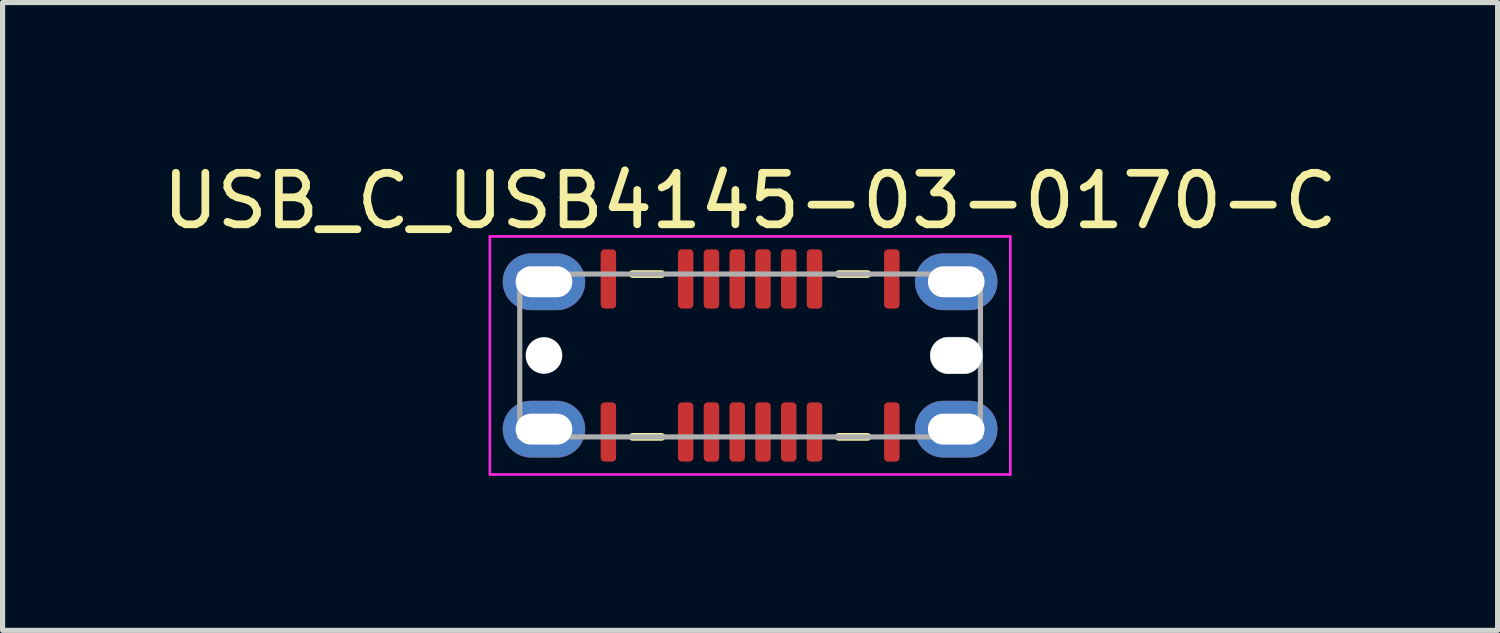
<source format=kicad_pcb>
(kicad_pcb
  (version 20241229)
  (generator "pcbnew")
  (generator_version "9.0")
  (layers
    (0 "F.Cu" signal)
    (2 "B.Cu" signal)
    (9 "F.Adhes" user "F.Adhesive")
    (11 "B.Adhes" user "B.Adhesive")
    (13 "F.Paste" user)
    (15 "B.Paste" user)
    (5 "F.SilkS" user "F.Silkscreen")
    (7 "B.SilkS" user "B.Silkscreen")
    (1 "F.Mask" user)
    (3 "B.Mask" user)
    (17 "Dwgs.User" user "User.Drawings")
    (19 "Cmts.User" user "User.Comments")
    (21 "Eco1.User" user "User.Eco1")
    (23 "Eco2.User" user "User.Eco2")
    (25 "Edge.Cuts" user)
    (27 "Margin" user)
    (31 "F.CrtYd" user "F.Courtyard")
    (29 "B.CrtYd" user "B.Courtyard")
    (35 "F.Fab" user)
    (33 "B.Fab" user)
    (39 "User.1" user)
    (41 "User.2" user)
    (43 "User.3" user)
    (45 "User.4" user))
  (footprint "USB_C_USB4145-03-0170-C"
    (layer "F.Cu")
    (at 11.506 3.848)
    (property "Reference" "USB_C_USB4145-03-0170-C" (at 0 -3 0) (layer "F.SilkS") (effects (font (size 1 1) (thickness 0.15))))
    (attr smd)
    (fp_line (start -2.28 -1.58) (end -1.72 -1.58) (stroke (width 0.15) (type solid)) (layer "F.SilkS"))
    (fp_line (start -2.28 1.58) (end -1.72 1.58) (stroke (width 0.15) (type solid)) (layer "F.SilkS"))
    (fp_line (start 1.72 -1.58) (end 2.28 -1.58) (stroke (width 0.15) (type solid)) (layer "F.SilkS"))
    (fp_line (start 1.72 1.58) (end 2.28 1.58) (stroke (width 0.15) (type solid)) (layer "F.SilkS"))
    (fp_line (start 3.85 -0.355) (end 4.15 -0.355) (stroke (width 0.01) (type solid)) (layer "Edge.Cuts"))
    (fp_line (start 4.15 0.355) (end 3.85 0.355) (stroke (width 0.01) (type solid)) (layer "Edge.Cuts"))
    (fp_arc (start 3.495 0) (mid 3.598977 -0.251023) (end 3.85 -0.355) (stroke (width 0.01) (type solid)) (layer "Edge.Cuts"))
    (fp_arc (start 3.85 0.355) (mid 3.598977 0.251023) (end 3.495 0) (stroke (width 0.01) (type solid)) (layer "Edge.Cuts"))
    (fp_arc (start 4.15 -0.355) (mid 4.401023 -0.251023) (end 4.505 0) (stroke (width 0.01) (type solid)) (layer "Edge.Cuts"))
    (fp_arc (start 4.505 0) (mid 4.401023 0.251023) (end 4.15 0.355) (stroke (width 0.01) (type solid)) (layer "Edge.Cuts"))
    (fp_line (start -5.05 -2.31) (end -5.05 2.31) (stroke (width 0.05) (type solid)) (layer "F.CrtYd"))
    (fp_line (start -5.05 2.31) (end 5.05 2.31) (stroke (width 0.05) (type solid)) (layer "F.CrtYd"))
    (fp_line (start 5.05 -2.31) (end -5.05 -2.31) (stroke (width 0.05) (type solid)) (layer "F.CrtYd"))
    (fp_line (start 5.05 2.31) (end 5.05 -2.31) (stroke (width 0.05) (type solid)) (layer "F.CrtYd"))
    (fp_line (start -4.47 -1.58) (end 4.47 -1.58) (stroke (width 0.1) (type solid)) (layer "F.Fab"))
    (fp_line (start -4.47 1.58) (end -4.47 -1.58) (stroke (width 0.1) (type solid)) (layer "F.Fab"))
    (fp_line (start 4.47 -1.58) (end 4.47 1.58) (stroke (width 0.1) (type solid)) (layer "F.Fab"))
    (fp_line (start 4.47 1.58) (end -4.47 1.58) (stroke (width 0.1) (type solid)) (layer "F.Fab"))
    (pad "" np_thru_hole circle (at -4 0) (size 0.71 0.71) (drill 0.71) (layers "*.Cu" "*.Mask"))
    (pad "" np_thru_hole oval (at 4 0) (size 1.01 0.71) (drill oval 1.01 0.71) (layers "*.Cu" "*.Mask"))
    (pad "A1" smd roundrect (at -2.75 -1.485) (size 0.3 1.15) (layers "F.Cu" "F.Mask" "F.Paste") (roundrect_rratio 0.25))
    (pad "A4" smd roundrect (at -1.25 -1.485) (size 0.3 1.15) (layers "F.Cu" "F.Mask" "F.Paste") (roundrect_rratio 0.25))
    (pad "A5" smd roundrect (at -0.75 -1.485) (size 0.3 1.15) (layers "F.Cu" "F.Mask" "F.Paste") (roundrect_rratio 0.25))
    (pad "A6" smd roundrect (at -0.25 -1.485) (size 0.3 1.15) (layers "F.Cu" "F.Mask" "F.Paste") (roundrect_rratio 0.25))
    (pad "A7" smd roundrect (at 0.25 -1.485) (size 0.3 1.15) (layers "F.Cu" "F.Mask" "F.Paste") (roundrect_rratio 0.25))
    (pad "A8" smd roundrect (at 0.75 -1.485) (size 0.3 1.15) (layers "F.Cu" "F.Mask" "F.Paste") (roundrect_rratio 0.25))
    (pad "A9" smd roundrect (at 1.25 -1.485) (size 0.3 1.15) (layers "F.Cu" "F.Mask" "F.Paste") (roundrect_rratio 0.25))
    (pad "A12" smd roundrect (at 2.75 -1.485) (size 0.3 1.15) (layers "F.Cu" "F.Mask" "F.Paste") (roundrect_rratio 0.25))
    (pad "B1" smd roundrect (at 2.75 1.485) (size 0.3 1.15) (layers "F.Cu" "F.Mask" "F.Paste") (roundrect_rratio 0.25))
    (pad "B4" smd roundrect (at 1.25 1.485) (size 0.3 1.15) (layers "F.Cu" "F.Mask" "F.Paste") (roundrect_rratio 0.25))
    (pad "B5" smd roundrect (at 0.75 1.485) (size 0.3 1.15) (layers "F.Cu" "F.Mask" "F.Paste") (roundrect_rratio 0.25))
    (pad "B6" smd roundrect (at 0.25 1.485) (size 0.3 1.15) (layers "F.Cu" "F.Mask" "F.Paste") (roundrect_rratio 0.25))
    (pad "B7" smd roundrect (at -0.25 1.485) (size 0.3 1.15) (layers "F.Cu" "F.Mask" "F.Paste") (roundrect_rratio 0.25))
    (pad "B8" smd roundrect (at -0.75 1.485) (size 0.3 1.15) (layers "F.Cu" "F.Mask" "F.Paste") (roundrect_rratio 0.25))
    (pad "B9" smd roundrect (at -1.25 1.485) (size 0.3 1.15) (layers "F.Cu" "F.Mask" "F.Paste") (roundrect_rratio 0.25))
    (pad "B12" smd roundrect (at -2.75 1.485) (size 0.3 1.15) (layers "F.Cu" "F.Mask" "F.Paste") (roundrect_rratio 0.25))
    (pad "S" thru_hole oval (at -4 -1.43) (size 1.6 1.1) (drill oval 1.1 0.6) (layers "*.Cu" "*.Mask" "F.Paste"))
    (pad "S" thru_hole oval (at -4 1.43) (size 1.6 1.1) (drill oval 1.1 0.6) (layers "*.Cu" "*.Mask" "F.Paste"))
    (pad "S" thru_hole oval (at 4 -1.43) (size 1.6 1.1) (drill oval 1.1 0.6) (layers "*.Cu" "*.Mask" "F.Paste"))
    (pad "S" thru_hole oval (at 4 1.43) (size 1.6 1.1) (drill oval 1.1 0.6) (layers "*.Cu" "*.Mask" "F.Paste")))
  (gr_rect
    (start -3 -3)
    (end 26.012 9.183)
    (stroke (width 0.1) (type default))
    (fill no)
    (layer "Edge.Cuts")))
</source>
